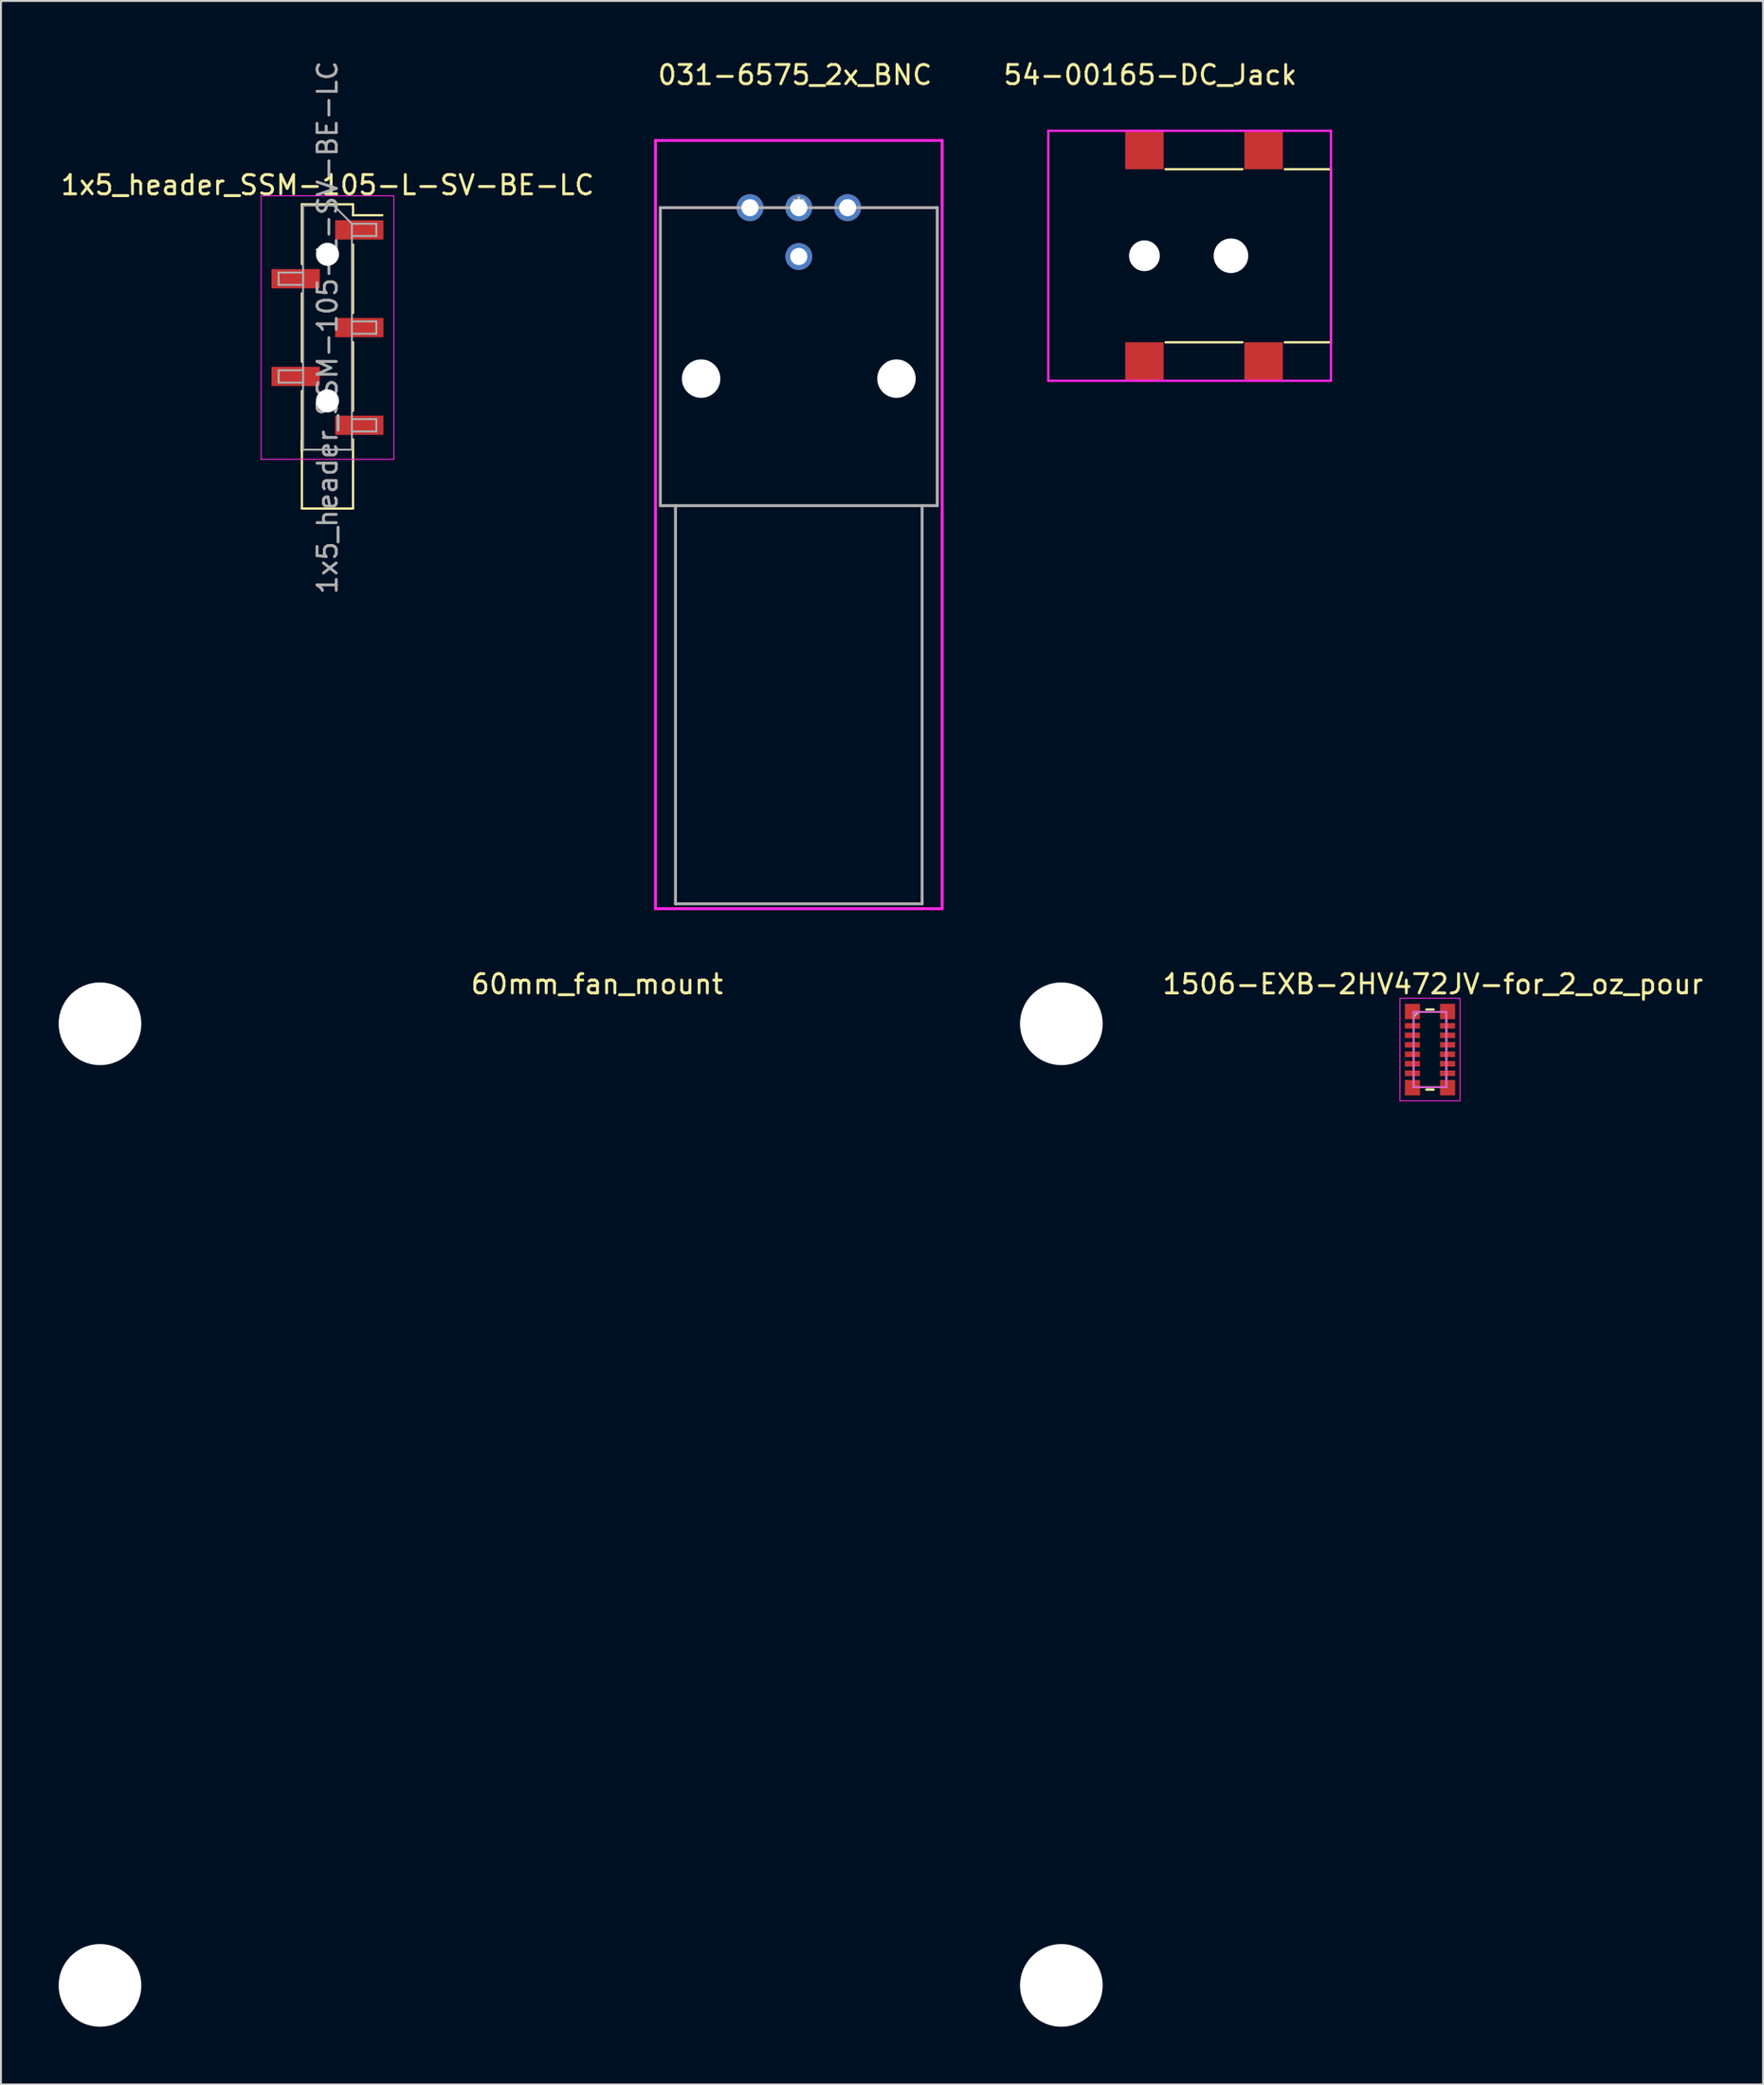
<source format=kicad_pcb>
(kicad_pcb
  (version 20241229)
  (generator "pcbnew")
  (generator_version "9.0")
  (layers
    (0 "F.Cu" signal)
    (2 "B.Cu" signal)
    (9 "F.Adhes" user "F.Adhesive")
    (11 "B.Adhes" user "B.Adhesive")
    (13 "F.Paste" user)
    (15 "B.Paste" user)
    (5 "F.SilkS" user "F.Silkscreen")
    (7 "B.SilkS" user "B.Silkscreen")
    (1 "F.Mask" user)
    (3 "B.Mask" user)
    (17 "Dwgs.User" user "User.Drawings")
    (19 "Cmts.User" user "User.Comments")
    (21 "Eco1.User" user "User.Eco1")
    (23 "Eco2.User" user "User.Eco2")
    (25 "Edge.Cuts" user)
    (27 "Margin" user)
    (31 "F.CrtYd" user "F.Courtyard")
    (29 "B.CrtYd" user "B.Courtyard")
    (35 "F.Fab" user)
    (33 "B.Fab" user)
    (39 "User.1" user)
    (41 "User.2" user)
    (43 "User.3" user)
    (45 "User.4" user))
  (footprint "1x5_header_SSM-105-L-SV-BE-LC"
    (layer "F.Cu")
    (at 13.982 13.982)
    (property "Reference" "1x5_header_SSM-105-L-SV-BE-LC" (at 0 -7.41 0) (layer "F.SilkS") (effects (font (size 1 1) (thickness 0.15))))
    (attr smd)
    (fp_line (start -1.33 -6.41) (end -1.33 -3.3) (stroke (width 0.12) (type solid)) (layer "F.SilkS"))
    (fp_line (start -1.33 -6.41) (end 1.33 -6.41) (stroke (width 0.12) (type solid)) (layer "F.SilkS"))
    (fp_line (start -1.33 -1.78) (end -1.33 1.78) (stroke (width 0.12) (type solid)) (layer "F.SilkS"))
    (fp_line (start -1.33 3.3) (end -1.33 6.41) (stroke (width 0.12) (type solid)) (layer "F.SilkS"))
    (fp_line (start -1.33 5.84) (end -1.33 6.41) (stroke (width 0.12) (type solid)) (layer "F.SilkS"))
    (fp_line (start -1.33 6.41) (end -1.33 9.41) (stroke (width 0.12) (type solid)) (layer "F.SilkS"))
    (fp_line (start -1.33 9.41) (end 1.33 9.41) (stroke (width 0.12) (type solid)) (layer "F.SilkS"))
    (fp_line (start 1.33 -6.41) (end 1.33 -5.84) (stroke (width 0.12) (type solid)) (layer "F.SilkS"))
    (fp_line (start 1.33 -5.84) (end 2.85 -5.84) (stroke (width 0.12) (type solid)) (layer "F.SilkS"))
    (fp_line (start 1.33 -4.32) (end 1.33 -0.76) (stroke (width 0.12) (type solid)) (layer "F.SilkS"))
    (fp_line (start 1.33 0.76) (end 1.33 4.32) (stroke (width 0.12) (type solid)) (layer "F.SilkS"))
    (fp_line (start 1.33 9.41) (end 1.33 5.82) (stroke (width 0.12) (type solid)) (layer "F.SilkS"))
    (fp_line (start -3.45 -6.85) (end -3.45 6.85) (stroke (width 0.05) (type solid)) (layer "F.CrtYd"))
    (fp_line (start -3.45 6.85) (end 3.45 6.85) (stroke (width 0.05) (type solid)) (layer "F.CrtYd"))
    (fp_line (start 3.45 -6.85) (end -3.45 -6.85) (stroke (width 0.05) (type solid)) (layer "F.CrtYd"))
    (fp_line (start 3.45 6.85) (end 3.45 -6.85) (stroke (width 0.05) (type solid)) (layer "F.CrtYd"))
    (fp_line (start -2.54 -2.86) (end -2.54 -2.22) (stroke (width 0.1) (type solid)) (layer "F.Fab"))
    (fp_line (start -2.54 -2.22) (end -1.27 -2.22) (stroke (width 0.1) (type solid)) (layer "F.Fab"))
    (fp_line (start -2.54 2.22) (end -2.54 2.86) (stroke (width 0.1) (type solid)) (layer "F.Fab"))
    (fp_line (start -2.54 2.86) (end -1.27 2.86) (stroke (width 0.1) (type solid)) (layer "F.Fab"))
    (fp_line (start -1.27 -6.35) (end -1.27 6.35) (stroke (width 0.1) (type solid)) (layer "F.Fab"))
    (fp_line (start -1.27 -6.35) (end 0.32 -6.35) (stroke (width 0.1) (type solid)) (layer "F.Fab"))
    (fp_line (start -1.27 -2.86) (end -2.54 -2.86) (stroke (width 0.1) (type solid)) (layer "F.Fab"))
    (fp_line (start -1.27 2.22) (end -2.54 2.22) (stroke (width 0.1) (type solid)) (layer "F.Fab"))
    (fp_line (start 1.27 -5.4) (end 0.32 -6.35) (stroke (width 0.1) (type solid)) (layer "F.Fab"))
    (fp_line (start 1.27 -5.4) (end 2.54 -5.4) (stroke (width 0.1) (type solid)) (layer "F.Fab"))
    (fp_line (start 1.27 -0.32) (end 2.54 -0.32) (stroke (width 0.1) (type solid)) (layer "F.Fab"))
    (fp_line (start 1.27 4.76) (end 2.54 4.76) (stroke (width 0.1) (type solid)) (layer "F.Fab"))
    (fp_line (start 1.27 6.35) (end -1.27 6.35) (stroke (width 0.1) (type solid)) (layer "F.Fab"))
    (fp_line (start 1.27 6.35) (end 1.27 -5.4) (stroke (width 0.1) (type solid)) (layer "F.Fab"))
    (fp_line (start 2.54 -5.4) (end 2.54 -4.76) (stroke (width 0.1) (type solid)) (layer "F.Fab"))
    (fp_line (start 2.54 -4.76) (end 1.27 -4.76) (stroke (width 0.1) (type solid)) (layer "F.Fab"))
    (fp_line (start 2.54 -0.32) (end 2.54 0.32) (stroke (width 0.1) (type solid)) (layer "F.Fab"))
    (fp_line (start 2.54 0.32) (end 1.27 0.32) (stroke (width 0.1) (type solid)) (layer "F.Fab"))
    (fp_line (start 2.54 4.76) (end 2.54 5.4) (stroke (width 0.1) (type solid)) (layer "F.Fab"))
    (fp_line (start 2.54 5.4) (end 1.27 5.4) (stroke (width 0.1) (type solid)) (layer "F.Fab"))
    (fp_text user "${REFERENCE}" (at 0 0 90) (layer "F.Fab") (effects (font (size 1 1) (thickness 0.15))))
    (pad "" np_thru_hole circle (at 0 -3.81) (size 1.2 1.2) (drill 1.2) (layers "*.Cu" "*.Mask"))
    (pad "" np_thru_hole circle (at 0 3.81) (size 1.2 1.2) (drill 1.2) (layers "*.Cu" "*.Mask"))
    (pad "1" smd rect (at 1.655 -5.08) (size 2.51 1) (layers "F.Cu" "F.Mask" "F.Paste"))
    (pad "2" smd rect (at -1.655 -2.54) (size 2.51 1) (layers "F.Cu" "F.Mask" "F.Paste"))
    (pad "3" smd rect (at 1.655 0) (size 2.51 1) (layers "F.Cu" "F.Mask" "F.Paste"))
    (pad "4" smd rect (at -1.655 2.54) (size 2.51 1) (layers "F.Cu" "F.Mask" "F.Paste"))
    (pad "5" smd rect (at 1.655 5.08) (size 2.51 1) (layers "F.Cu" "F.Mask" "F.Paste")))
  (footprint "031-6575_2x_BNC"
    (layer "F.Cu")
    (at 38.495 7.748)
    (property "Reference" "031-6575_2x_BNC" (at -0.2 -6.9 0) (layer "F.SilkS") (effects (font (size 1 1) (thickness 0.15))))
    (attr through_hole)
    (fp_line (start -7.455 -3.493) (end -7.455 36.449) (stroke (width 0.152) (type solid)) (layer "F.CrtYd"))
    (fp_line (start -7.455 36.449) (end 7.455 36.449) (stroke (width 0.152) (type solid)) (layer "F.CrtYd"))
    (fp_line (start 7.455 -3.493) (end -7.455 -3.493) (stroke (width 0.152) (type solid)) (layer "F.CrtYd"))
    (fp_line (start 7.455 36.449) (end 7.455 -3.493) (stroke (width 0.152) (type solid)) (layer "F.CrtYd"))
    (fp_line (start -7.201 0) (end 7.201 0) (stroke (width 0.152) (type solid)) (layer "F.Fab"))
    (fp_line (start -7.201 15.494) (end -7.201 0) (stroke (width 0.152) (type solid)) (layer "F.Fab"))
    (fp_line (start -6.413 15.494) (end -6.413 36.195) (stroke (width 0.152) (type solid)) (layer "F.Fab"))
    (fp_line (start -6.413 36.195) (end 6.413 36.195) (stroke (width 0.152) (type solid)) (layer "F.Fab"))
    (fp_line (start 6.413 15.494) (end 6.413 36.195) (stroke (width 0.152) (type solid)) (layer "F.Fab"))
    (fp_line (start 7.201 0) (end 7.201 15.494) (stroke (width 0.152) (type solid)) (layer "F.Fab"))
    (fp_line (start 7.201 15.494) (end -7.201 15.494) (stroke (width 0.152) (type solid)) (layer "F.Fab"))
    (fp_text user "Copyright 2016 Accelerated Designs. All rights reserved." (at 0 0 0) (layer "Cmts.User") (effects (font (size 0.127 0.127) (thickness 0.002))))
    (fp_text user "*" (at 0 0 0) (layer "F.Fab") (effects (font (size 1 1) (thickness 0.15))))
    (pad "" np_thru_hole circle (at -5.08 8.89) (size 2 2) (drill 2) (layers "*.Cu" "*.Mask"))
    (pad "" np_thru_hole circle (at 5.08 8.89) (size 2 2) (drill 2) (layers "*.Cu" "*.Mask"))
    (pad "1" thru_hole circle (at 0 0) (size 1.397 1.397) (drill 0.889) (layers "*.Cu" "*.Mask"))
    (pad "2" thru_hole circle (at 0 2.54) (size 1.397 1.397) (drill 0.889) (layers "*.Cu" "*.Mask"))
    (pad "3" thru_hole circle (at -2.54 0) (size 1.397 1.397) (drill 0.889) (layers "*.Cu" "*.Mask"))
    (pad "3" thru_hole circle (at 2.54 0) (size 1.397 1.397) (drill 0.889) (layers "*.Cu" "*.Mask")))
  (footprint "54-00165-DC_Jack"
    (layer "F.Cu")
    (at 51.471 3.748)
    (property "Reference" "54-00165-DC_Jack" (at 5.3 -2.9 0) (layer "F.SilkS") (effects (font (size 1 1) (thickness 0.15))))
    (attr through_hole)
    (fp_line (start 6.1 2) (end 10.1 2) (stroke (width 0.12) (type solid)) (layer "F.SilkS"))
    (fp_line (start 10.1 11) (end 6.1 11) (stroke (width 0.12) (type solid)) (layer "F.SilkS"))
    (fp_line (start 12.3 2) (end 14.7 2) (stroke (width 0.12) (type solid)) (layer "F.SilkS"))
    (fp_line (start 14.7 2) (end 14.7 11) (stroke (width 0.12) (type solid)) (layer "F.SilkS"))
    (fp_line (start 14.7 11) (end 12.3 11) (stroke (width 0.12) (type solid)) (layer "F.SilkS"))
    (fp_line (start 0 0) (end 0 13) (stroke (width 0.12) (type solid)) (layer "F.CrtYd"))
    (fp_line (start 0 0) (end 14.7 0) (stroke (width 0.12) (type solid)) (layer "F.CrtYd"))
    (fp_line (start 0 13) (end 14.7 13) (stroke (width 0.12) (type solid)) (layer "F.CrtYd"))
    (fp_line (start 14.7 0) (end 14.7 13) (stroke (width 0.12) (type solid)) (layer "F.CrtYd"))
    (pad "" np_thru_hole circle (at 5 6.5) (size 1.6 1.6) (drill 1.6) (layers "*.Cu" "*.Mask"))
    (pad "" np_thru_hole circle (at 9.5 6.5) (size 1.8 1.8) (drill 1.8) (layers "*.Cu" "*.Mask"))
    (pad "1" smd rect (at 5 1) (size 2 2) (layers "F.Cu" "F.Mask" "F.Paste"))
    (pad "1" smd rect (at 11.2 1) (size 2 2) (layers "F.Cu" "F.Mask" "F.Paste"))
    (pad "2" smd rect (at 5 12) (size 2 2) (layers "F.Cu" "F.Mask" "F.Paste"))
    (pad "3" smd rect (at 11.2 12) (size 2 2) (layers "F.Cu" "F.Mask" "F.Paste")))
  (footprint "60mm_fan_mount"
    (layer "F.Cu")
    (at 2.15 50.182)
    (property "Reference" "60mm_fan_mount" (at 25.85 -2.06 0) (layer "F.SilkS") (effects (font (size 1 1) (thickness 0.15))))
    (attr through_hole)
    (pad "" np_thru_hole circle (at 0 0) (size 4.3 4.3) (drill 4.3) (layers "*.Cu" "*.Mask"))
    (pad "" np_thru_hole circle (at 0 50) (size 4.3 4.3) (drill 4.3) (layers "*.Cu" "*.Mask"))
    (pad "" np_thru_hole circle (at 50 0) (size 4.3 4.3) (drill 4.3) (layers "*.Cu" "*.Mask"))
    (pad "" np_thru_hole circle (at 50 50) (size 4.3 4.3) (drill 4.3) (layers "*.Cu" "*.Mask")))
  (footprint "1506-EXB-2HV472JV-for_2_oz_pour"
    (layer "F.Cu")
    (at 71.323 51.522)
    (property "Reference" "1506-EXB-2HV472JV-for_2_oz_pour" (at 0.15 -3.4 0) (layer "F.SilkS") (effects (font (size 1 1) (thickness 0.15))))
    (attr through_hole)
    (fp_line (start -0.188 -2.083) (end 0.188 -2.083) (stroke (width 0.12) (type solid)) (layer "F.SilkS"))
    (fp_line (start -0.188 2.083) (end 0.188 2.083) (stroke (width 0.12) (type solid)) (layer "F.SilkS"))
    (fp_line (start -1.562 -2.667) (end 1.562 -2.667) (stroke (width 0.05) (type solid)) (layer "F.CrtYd"))
    (fp_line (start -1.562 2.667) (end -1.562 -2.667) (stroke (width 0.05) (type solid)) (layer "F.CrtYd"))
    (fp_line (start -0.851 -1.956) (end 0.851 -1.956) (stroke (width 0.05) (type solid)) (layer "F.CrtYd"))
    (fp_line (start -0.851 1.956) (end -0.851 -1.956) (stroke (width 0.05) (type solid)) (layer "F.CrtYd"))
    (fp_line (start 0.851 -1.956) (end 0.851 1.956) (stroke (width 0.05) (type solid)) (layer "F.CrtYd"))
    (fp_line (start 0.851 1.956) (end -0.851 1.956) (stroke (width 0.05) (type solid)) (layer "F.CrtYd"))
    (fp_line (start 1.562 -2.667) (end 1.562 2.667) (stroke (width 0.05) (type solid)) (layer "F.CrtYd"))
    (fp_line (start 1.562 2.667) (end -1.562 2.667) (stroke (width 0.05) (type solid)) (layer "F.CrtYd"))
    (fp_line (start -0.851 -1.956) (end 0.851 -1.956) (stroke (width 0.1) (type solid)) (layer "F.Fab"))
    (fp_line (start -0.851 -1.499) (end -0.851 -1.956) (stroke (width 0.1) (type solid)) (layer "F.Fab"))
    (fp_line (start -0.851 -1.462) (end -0.851 -1.005) (stroke (width 0.1) (type solid)) (layer "F.Fab"))
    (fp_line (start -0.851 -0.969) (end -0.851 -0.512) (stroke (width 0.1) (type solid)) (layer "F.Fab"))
    (fp_line (start -0.851 -0.475) (end -0.851 -0.018) (stroke (width 0.1) (type solid)) (layer "F.Fab"))
    (fp_line (start -0.851 0.018) (end -0.851 0.475) (stroke (width 0.1) (type solid)) (layer "F.Fab"))
    (fp_line (start -0.851 0.512) (end -0.851 0.969) (stroke (width 0.1) (type solid)) (layer "F.Fab"))
    (fp_line (start -0.851 1.005) (end -0.851 1.463) (stroke (width 0.1) (type solid)) (layer "F.Fab"))
    (fp_line (start -0.851 1.499) (end -0.851 1.956) (stroke (width 0.1) (type solid)) (layer "F.Fab"))
    (fp_line (start -0.851 1.499) (end -0.851 1.499) (stroke (width 0.1) (type solid)) (layer "F.Fab"))
    (fp_line (start -0.851 1.956) (end 0.851 1.956) (stroke (width 0.1) (type solid)) (layer "F.Fab"))
    (fp_line (start -0.597 -1.956) (end -0.851 -1.702) (stroke (width 0.1) (type solid)) (layer "F.Fab"))
    (fp_line (start 0.851 -1.499) (end 0.851 -1.956) (stroke (width 0.1) (type solid)) (layer "F.Fab"))
    (fp_line (start 0.851 -1.462) (end 0.851 -1.005) (stroke (width 0.1) (type solid)) (layer "F.Fab"))
    (fp_line (start 0.851 -0.969) (end 0.851 -0.512) (stroke (width 0.1) (type solid)) (layer "F.Fab"))
    (fp_line (start 0.851 -0.475) (end 0.851 -0.018) (stroke (width 0.1) (type solid)) (layer "F.Fab"))
    (fp_line (start 0.851 0.018) (end 0.851 0.475) (stroke (width 0.1) (type solid)) (layer "F.Fab"))
    (fp_line (start 0.851 0.512) (end 0.851 0.969) (stroke (width 0.1) (type solid)) (layer "F.Fab"))
    (fp_line (start 0.851 1.005) (end 0.851 1.463) (stroke (width 0.1) (type solid)) (layer "F.Fab"))
    (fp_line (start 0.851 1.499) (end 0.851 1.956) (stroke (width 0.1) (type solid)) (layer "F.Fab"))
    (fp_line (start 0.851 1.499) (end 0.851 1.499) (stroke (width 0.1) (type solid)) (layer "F.Fab"))
    (fp_arc (start -0.8509 -0.018288) (mid -0.832485 0.000127) (end -0.8509 0.018542) (stroke (width 0.1) (type solid)) (layer "F.Fab"))
    (fp_arc (start 0.8509 -1.4986) (mid 0.869061 -1.480439) (end 0.8509 -1.462278) (stroke (width 0.1) (type solid)) (layer "F.Fab"))
    (fp_arc (start 0.8509 -1.005078) (mid 0.869061 -0.986917) (end 0.8509 -0.968756) (stroke (width 0.1) (type solid)) (layer "F.Fab"))
    (fp_arc (start 0.8509 -0.511556) (mid 0.869061 -0.493395) (end 0.8509 -0.475234) (stroke (width 0.1) (type solid)) (layer "F.Fab"))
    (fp_arc (start 0.8509 0.018288) (mid 0.832739 0.000127) (end 0.8509 -0.018034) (stroke (width 0.1) (type solid)) (layer "F.Fab"))
    (fp_arc (start 0.8509 0.51181) (mid 0.832739 0.493649) (end 0.8509 0.475488) (stroke (width 0.1) (type solid)) (layer "F.Fab"))
    (fp_arc (start 0.8509 1.005332) (mid 0.832739 0.987171) (end 0.8509 0.96901) (stroke (width 0.1) (type solid)) (layer "F.Fab"))
    (fp_arc (start 0.8509 1.498854) (mid 0.832739 1.480693) (end 0.8509 1.462532) (stroke (width 0.1) (type solid)) (layer "F.Fab"))
    (pad "1" smd rect (at -0.914 -1.981) (size 0.787 0.8) (layers "F.Cu" "F.Mask" "F.Paste"))
    (pad "2" smd rect (at -0.914 -1.234) (size 0.787 0.29) (layers "F.Cu" "F.Mask" "F.Paste"))
    (pad "3" smd rect (at -0.914 -0.74) (size 0.787 0.29) (layers "F.Cu" "F.Mask" "F.Paste"))
    (pad "4" smd rect (at -0.914 -0.247) (size 0.787 0.29) (layers "F.Cu" "F.Mask" "F.Paste"))
    (pad "5" smd rect (at -0.914 0.247) (size 0.787 0.29) (layers "F.Cu" "F.Mask" "F.Paste"))
    (pad "6" smd rect (at -0.914 0.74) (size 0.787 0.29) (layers "F.Cu" "F.Mask" "F.Paste"))
    (pad "7" smd rect (at -0.914 1.234) (size 0.787 0.29) (layers "F.Cu" "F.Mask" "F.Paste"))
    (pad "8" smd rect (at -0.914 1.981) (size 0.787 0.8) (layers "F.Cu" "F.Mask" "F.Paste"))
    (pad "9" smd rect (at 0.914 1.981) (size 0.787 0.8) (layers "F.Cu" "F.Mask" "F.Paste"))
    (pad "10" smd rect (at 0.914 1.234) (size 0.787 0.29) (layers "F.Cu" "F.Mask" "F.Paste"))
    (pad "11" smd rect (at 0.914 0.74) (size 0.787 0.29) (layers "F.Cu" "F.Mask" "F.Paste"))
    (pad "12" smd rect (at 0.914 0.247) (size 0.787 0.29) (layers "F.Cu" "F.Mask" "F.Paste"))
    (pad "13" smd rect (at 0.914 -0.247) (size 0.787 0.29) (layers "F.Cu" "F.Mask" "F.Paste"))
    (pad "14" smd rect (at 0.914 -0.74) (size 0.787 0.29) (layers "F.Cu" "F.Mask" "F.Paste"))
    (pad "15" smd rect (at 0.914 -1.234) (size 0.787 0.29) (layers "F.Cu" "F.Mask" "F.Paste"))
    (pad "16" smd rect (at 0.914 -1.981) (size 0.787 0.8) (layers "F.Cu" "F.Mask" "F.Paste")))
  (gr_rect
    (start -3 -3)
    (end 88.645 105.332)
    (stroke (width 0.1) (type default))
    (fill no)
    (layer "Edge.Cuts")))
</source>
